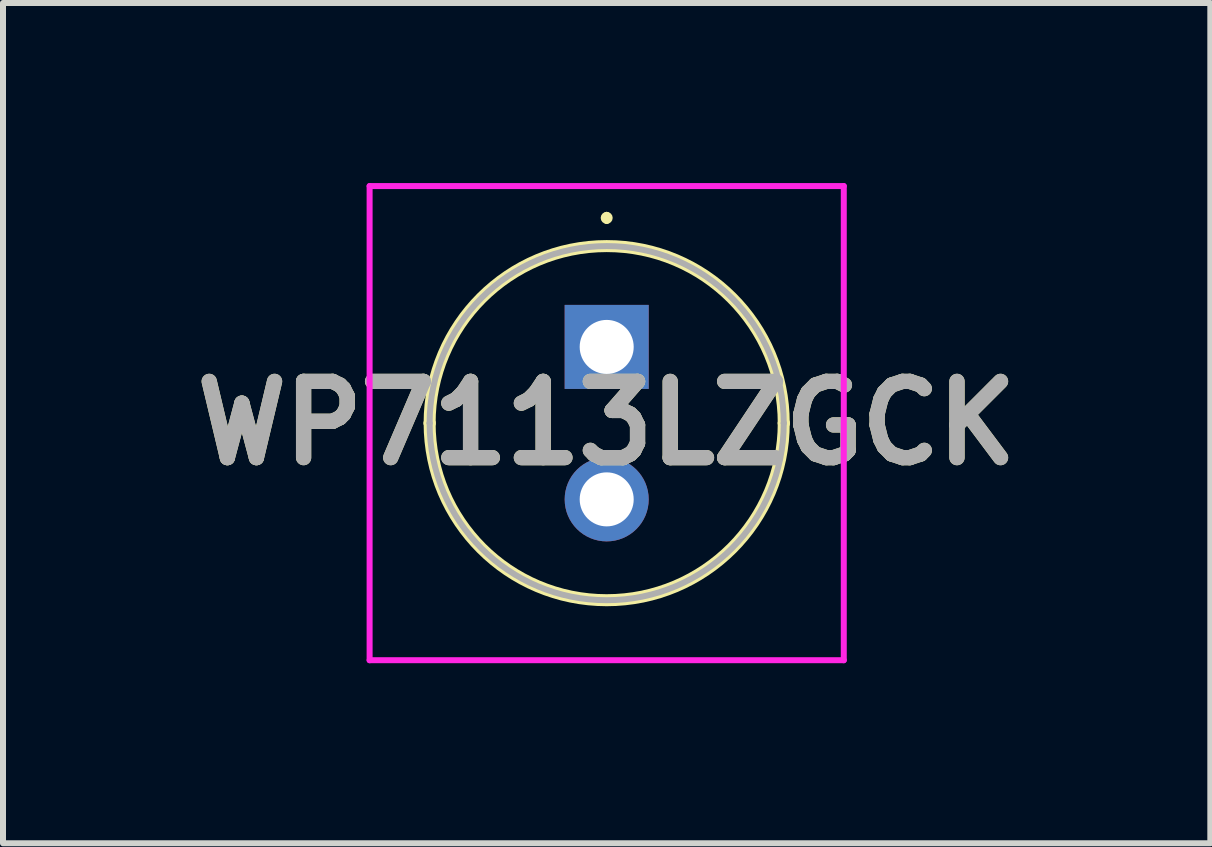
<source format=kicad_pcb>
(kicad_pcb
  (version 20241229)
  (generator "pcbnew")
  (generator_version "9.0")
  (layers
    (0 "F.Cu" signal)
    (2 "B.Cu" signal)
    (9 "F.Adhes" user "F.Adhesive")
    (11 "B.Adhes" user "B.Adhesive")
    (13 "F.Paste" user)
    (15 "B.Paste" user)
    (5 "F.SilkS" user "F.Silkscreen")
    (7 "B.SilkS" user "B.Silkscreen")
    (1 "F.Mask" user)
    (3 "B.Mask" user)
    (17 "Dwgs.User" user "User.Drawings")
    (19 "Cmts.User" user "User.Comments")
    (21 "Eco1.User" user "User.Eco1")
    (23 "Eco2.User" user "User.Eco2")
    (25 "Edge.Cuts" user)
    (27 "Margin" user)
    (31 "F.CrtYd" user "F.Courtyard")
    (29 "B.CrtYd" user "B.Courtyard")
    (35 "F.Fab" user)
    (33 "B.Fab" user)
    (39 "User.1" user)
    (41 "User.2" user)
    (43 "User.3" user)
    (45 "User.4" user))
  (footprint "WP7113LZGCK"
    (layer "F.Cu")
    (at 7.058 2.73)
    (property "Reference" "WP7113LZGCK" (at 0 1.27 0) (layer "F.SilkS") (effects (font (size 1.27 1.27) (thickness 0.254))))
    (attr through_hole)
    (fp_line (start -2.95 1.27) (end -2.95 1.27) (stroke (width 0.2) (type solid)) (layer "F.SilkS"))
    (fp_line (start 0 -2.2) (end 0 -2.2) (stroke (width 0.1) (type solid)) (layer "F.SilkS"))
    (fp_line (start 0 -2.1) (end 0 -2.1) (stroke (width 0.1) (type solid)) (layer "F.SilkS"))
    (fp_line (start 2.95 1.27) (end 2.95 1.27) (stroke (width 0.2) (type solid)) (layer "F.SilkS"))
    (fp_arc (start -2.95 1.27) (mid 0 -1.68) (end 2.95 1.27) (stroke (width 0.2) (type solid)) (layer "F.SilkS"))
    (fp_arc (start 0 -2.2) (mid 0.05 -2.15) (end 0 -2.1) (stroke (width 0.1) (type solid)) (layer "F.SilkS"))
    (fp_arc (start 0 -2.1) (mid -0.05 -2.15) (end 0 -2.2) (stroke (width 0.1) (type solid)) (layer "F.SilkS"))
    (fp_arc (start 2.95 1.27) (mid 0 4.22) (end -2.95 1.27) (stroke (width 0.2) (type solid)) (layer "F.SilkS"))
    (fp_line (start -3.95 -2.68) (end 3.95 -2.68) (stroke (width 0.1) (type solid)) (layer "F.CrtYd"))
    (fp_line (start -3.95 5.22) (end -3.95 -2.68) (stroke (width 0.1) (type solid)) (layer "F.CrtYd"))
    (fp_line (start 3.95 -2.68) (end 3.95 5.22) (stroke (width 0.1) (type solid)) (layer "F.CrtYd"))
    (fp_line (start 3.95 5.22) (end -3.95 5.22) (stroke (width 0.1) (type solid)) (layer "F.CrtYd"))
    (fp_line (start -2.95 1.27) (end -2.95 1.27) (stroke (width 0.1) (type solid)) (layer "F.Fab"))
    (fp_line (start 2.95 1.27) (end 2.95 1.27) (stroke (width 0.1) (type solid)) (layer "F.Fab"))
    (fp_arc (start -2.95 1.27) (mid 0 -1.68) (end 2.95 1.27) (stroke (width 0.1) (type solid)) (layer "F.Fab"))
    (fp_arc (start 2.95 1.27) (mid 0 4.22) (end -2.95 1.27) (stroke (width 0.1) (type solid)) (layer "F.Fab"))
    (fp_text user "${REFERENCE}" (at 0 1.27 0) (layer "F.Fab") (effects (font (size 1.27 1.27) (thickness 0.254))))
    (pad "1" thru_hole rect (at 0 0) (size 1.4 1.4) (drill 0.9) (layers "*.Cu" "*.Mask"))
    (pad "2" thru_hole circle (at 0 2.54) (size 1.4 1.4) (drill 0.9) (layers "*.Cu" "*.Mask")))
  (gr_rect
    (start -3 -3)
    (end 17.115 11)
    (stroke (width 0.1) (type default))
    (fill no)
    (layer "Edge.Cuts")))
</source>
